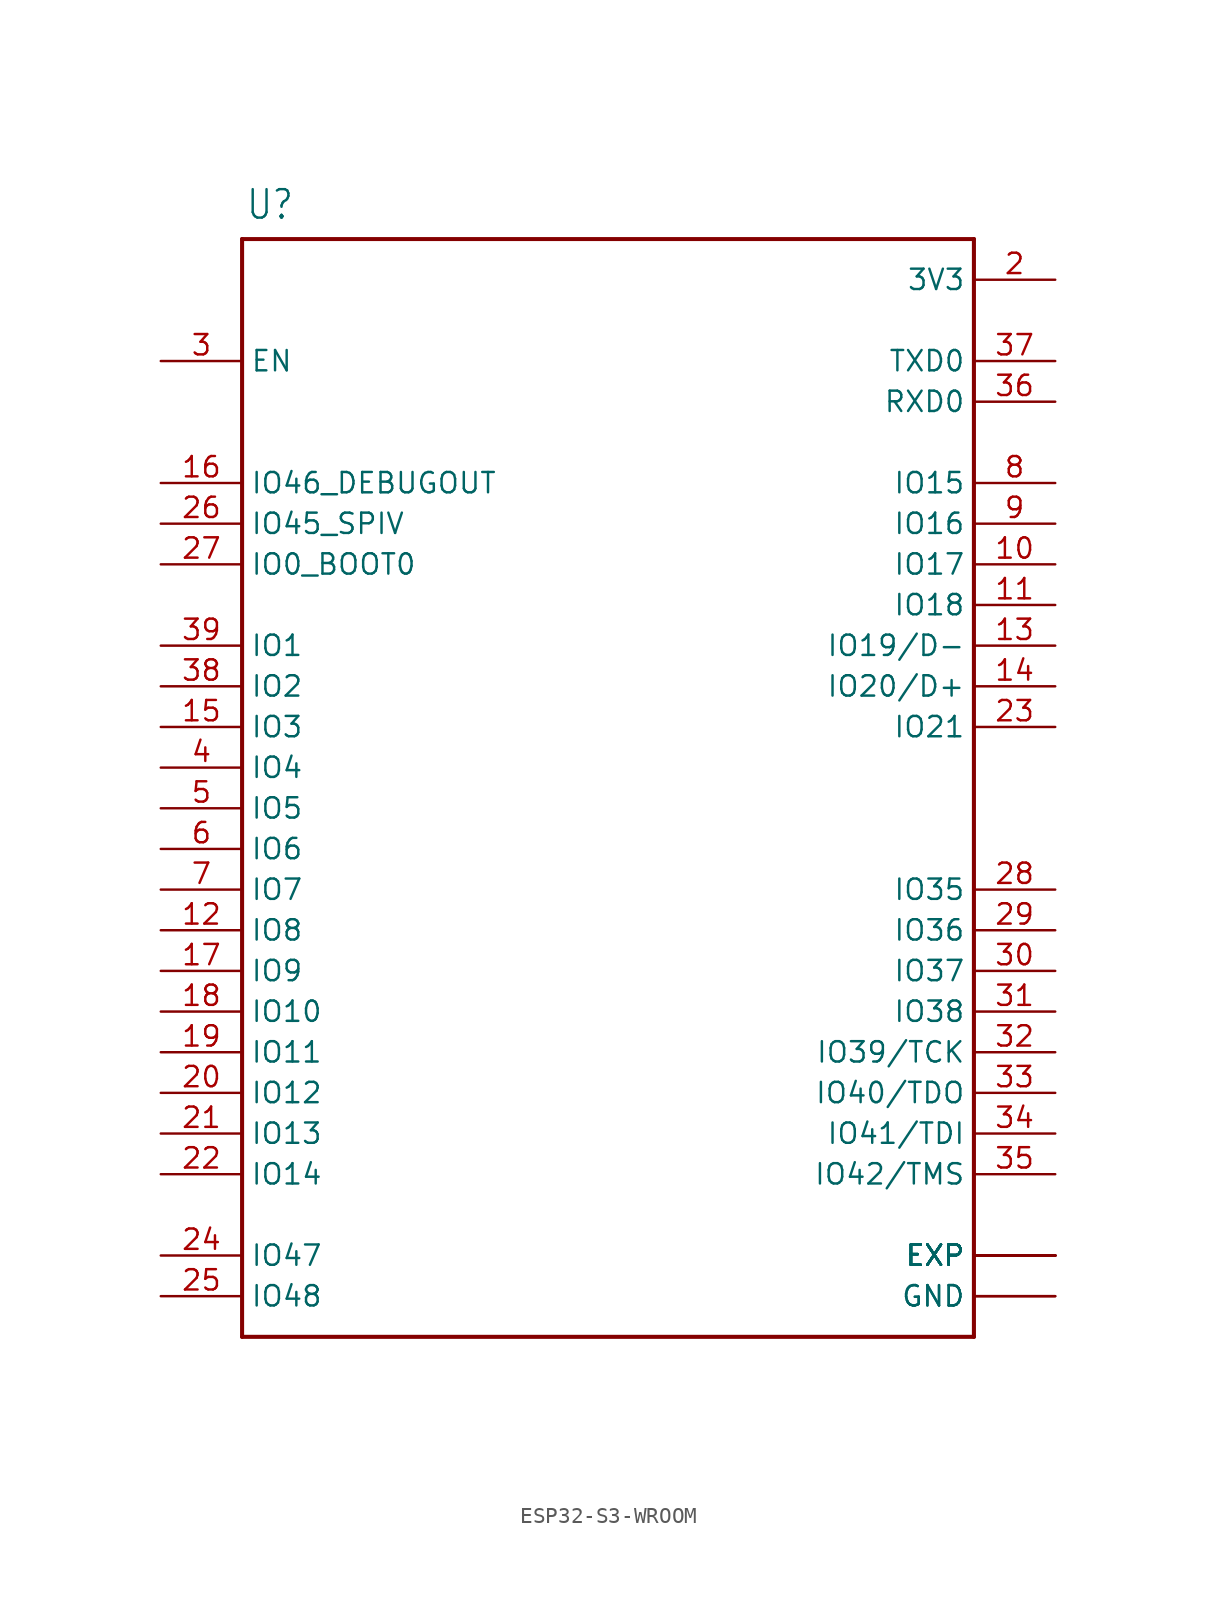
<source format=kicad_sym>
(kicad_symbol_lib
  (version 20231120)
  (generator "kicad_symbol_editor")
  (generator_version "8.0")
  (symbol "ESP32-S3-WROOM"
    (property "Reference" "U"
      (at -22.656 34.135 0)
      (effects (font (size 1.778 1.511)) (justify left bottom)))
    (property "Value" ""
      (at -22.907 -38.208 0)
      (effects (font (size 1.778 1.511)) (justify left bottom)))
    (property "ki_locked" ""
      (at 0 0 0)
      (effects (font (size 1.27 1.27))))
    (symbol "ESP32-S3-WROOM_1_0"
      (polyline (pts (xy -22.86 -35.56) (xy -22.86 33.02)) (stroke (width 0.254) (type solid)) (fill (type none)))
      (polyline (pts (xy -22.86 33.02) (xy 22.86 33.02)) (stroke (width 0.254) (type solid)) (fill (type none)))
      (polyline (pts (xy 22.86 -35.56) (xy -22.86 -35.56)) (stroke (width 0.254) (type solid)) (fill (type none)))
      (polyline (pts (xy 22.86 33.02) (xy 22.86 -35.56)) (stroke (width 0.254) (type solid)) (fill (type none)))
      (pin power_in line (at 27.94 -33.02 180) (length 5.08) (name "GND" (effects (font (size 1.27 1.27)))) (number "1" (effects (font (size 0 0)))))
      (pin bidirectional line (at 27.94 12.7 180) (length 5.08) (name "IO17" (effects (font (size 1.27 1.27)))) (number "10" (effects (font (size 1.27 1.27)))))
      (pin bidirectional line (at 27.94 10.16 180) (length 5.08) (name "IO18" (effects (font (size 1.27 1.27)))) (number "11" (effects (font (size 1.27 1.27)))))
      (pin bidirectional line (at -27.94 -10.16 0) (length 5.08) (name "IO8" (effects (font (size 1.27 1.27)))) (number "12" (effects (font (size 1.27 1.27)))))
      (pin bidirectional line (at 27.94 7.62 180) (length 5.08) (name "IO19/D-" (effects (font (size 1.27 1.27)))) (number "13" (effects (font (size 1.27 1.27)))))
      (pin bidirectional line (at 27.94 5.08 180) (length 5.08) (name "IO20/D+" (effects (font (size 1.27 1.27)))) (number "14" (effects (font (size 1.27 1.27)))))
      (pin bidirectional line (at -27.94 2.54 0) (length 5.08) (name "IO3" (effects (font (size 1.27 1.27)))) (number "15" (effects (font (size 1.27 1.27)))))
      (pin input line (at -27.94 17.78 0) (length 5.08) (name "IO46_DEBUGOUT" (effects (font (size 1.27 1.27)))) (number "16" (effects (font (size 1.27 1.27)))))
      (pin bidirectional line (at -27.94 -12.7 0) (length 5.08) (name "IO9" (effects (font (size 1.27 1.27)))) (number "17" (effects (font (size 1.27 1.27)))))
      (pin bidirectional line (at -27.94 -15.24 0) (length 5.08) (name "IO10" (effects (font (size 1.27 1.27)))) (number "18" (effects (font (size 1.27 1.27)))))
      (pin bidirectional line (at -27.94 -17.78 0) (length 5.08) (name "IO11" (effects (font (size 1.27 1.27)))) (number "19" (effects (font (size 1.27 1.27)))))
      (pin power_in line (at 27.94 30.48 180) (length 5.08) (name "3V3" (effects (font (size 1.27 1.27)))) (number "2" (effects (font (size 1.27 1.27)))))
      (pin bidirectional line (at -27.94 -20.32 0) (length 5.08) (name "IO12" (effects (font (size 1.27 1.27)))) (number "20" (effects (font (size 1.27 1.27)))))
      (pin bidirectional line (at -27.94 -22.86 0) (length 5.08) (name "IO13" (effects (font (size 1.27 1.27)))) (number "21" (effects (font (size 1.27 1.27)))))
      (pin bidirectional line (at -27.94 -25.4 0) (length 5.08) (name "IO14" (effects (font (size 1.27 1.27)))) (number "22" (effects (font (size 1.27 1.27)))))
      (pin bidirectional line (at 27.94 2.54 180) (length 5.08) (name "IO21" (effects (font (size 1.27 1.27)))) (number "23" (effects (font (size 1.27 1.27)))))
      (pin bidirectional line (at -27.94 -30.48 0) (length 5.08) (name "IO47" (effects (font (size 1.27 1.27)))) (number "24" (effects (font (size 1.27 1.27)))))
      (pin input line (at -27.94 -33.02 0) (length 5.08) (name "IO48" (effects (font (size 1.27 1.27)))) (number "25" (effects (font (size 1.27 1.27)))))
      (pin bidirectional line (at -27.94 15.24 0) (length 5.08) (name "IO45_SPIV" (effects (font (size 1.27 1.27)))) (number "26" (effects (font (size 1.27 1.27)))))
      (pin bidirectional line (at -27.94 12.7 0) (length 5.08) (name "IO0_BOOT0" (effects (font (size 1.27 1.27)))) (number "27" (effects (font (size 1.27 1.27)))))
      (pin input line (at 27.94 -7.62 180) (length 5.08) (name "IO35" (effects (font (size 1.27 1.27)))) (number "28" (effects (font (size 1.27 1.27)))))
      (pin bidirectional line (at 27.94 -10.16 180) (length 5.08) (name "IO36" (effects (font (size 1.27 1.27)))) (number "29" (effects (font (size 1.27 1.27)))))
      (pin input line (at -27.94 25.4 0) (length 5.08) (name "EN" (effects (font (size 1.27 1.27)))) (number "3" (effects (font (size 1.27 1.27)))))
      (pin bidirectional line (at 27.94 -12.7 180) (length 5.08) (name "IO37" (effects (font (size 1.27 1.27)))) (number "30" (effects (font (size 1.27 1.27)))))
      (pin bidirectional line (at 27.94 -15.24 180) (length 5.08) (name "IO38" (effects (font (size 1.27 1.27)))) (number "31" (effects (font (size 1.27 1.27)))))
      (pin bidirectional line (at 27.94 -17.78 180) (length 5.08) (name "IO39/TCK" (effects (font (size 1.27 1.27)))) (number "32" (effects (font (size 1.27 1.27)))))
      (pin bidirectional line (at 27.94 -20.32 180) (length 5.08) (name "IO40/TDO" (effects (font (size 1.27 1.27)))) (number "33" (effects (font (size 1.27 1.27)))))
      (pin bidirectional line (at 27.94 -22.86 180) (length 5.08) (name "IO41/TDI" (effects (font (size 1.27 1.27)))) (number "34" (effects (font (size 1.27 1.27)))))
      (pin bidirectional line (at 27.94 -25.4 180) (length 5.08) (name "IO42/TMS" (effects (font (size 1.27 1.27)))) (number "35" (effects (font (size 1.27 1.27)))))
      (pin bidirectional line (at 27.94 22.86 180) (length 5.08) (name "RXD0" (effects (font (size 1.27 1.27)))) (number "36" (effects (font (size 1.27 1.27)))))
      (pin bidirectional line (at 27.94 25.4 180) (length 5.08) (name "TXD0" (effects (font (size 1.27 1.27)))) (number "37" (effects (font (size 1.27 1.27)))))
      (pin bidirectional line (at -27.94 5.08 0) (length 5.08) (name "IO2" (effects (font (size 1.27 1.27)))) (number "38" (effects (font (size 1.27 1.27)))))
      (pin bidirectional line (at -27.94 7.62 0) (length 5.08) (name "IO1" (effects (font (size 1.27 1.27)))) (number "39" (effects (font (size 1.27 1.27)))))
      (pin bidirectional line (at -27.94 0 0) (length 5.08) (name "IO4" (effects (font (size 1.27 1.27)))) (number "4" (effects (font (size 1.27 1.27)))))
      (pin power_in line (at 27.94 -33.02 180) (length 5.08) (name "GND" (effects (font (size 1.27 1.27)))) (number "40" (effects (font (size 0 0)))))
      (pin bidirectional line (at -27.94 -2.54 0) (length 5.08) (name "IO5" (effects (font (size 1.27 1.27)))) (number "5" (effects (font (size 1.27 1.27)))))
      (pin bidirectional line (at -27.94 -5.08 0) (length 5.08) (name "IO6" (effects (font (size 1.27 1.27)))) (number "6" (effects (font (size 1.27 1.27)))))
      (pin bidirectional line (at -27.94 -7.62 0) (length 5.08) (name "IO7" (effects (font (size 1.27 1.27)))) (number "7" (effects (font (size 1.27 1.27)))))
      (pin bidirectional line (at 27.94 17.78 180) (length 5.08) (name "IO15" (effects (font (size 1.27 1.27)))) (number "8" (effects (font (size 1.27 1.27)))))
      (pin bidirectional line (at 27.94 15.24 180) (length 5.08) (name "IO16" (effects (font (size 1.27 1.27)))) (number "9" (effects (font (size 1.27 1.27)))))
      (pin power_in line (at 27.94 -30.48 180) (length 5.08) (name "EXP" (effects (font (size 1.27 1.27)))) (number "P$10" (effects (font (size 0 0)))))
      (pin power_in line (at 27.94 -30.48 180) (length 5.08) (name "EXP" (effects (font (size 1.27 1.27)))) (number "P$2" (effects (font (size 0 0)))))
      (pin power_in line (at 27.94 -30.48 180) (length 5.08) (name "EXP" (effects (font (size 1.27 1.27)))) (number "P$3" (effects (font (size 0 0)))))
      (pin power_in line (at 27.94 -30.48 180) (length 5.08) (name "EXP" (effects (font (size 1.27 1.27)))) (number "P$4" (effects (font (size 0 0)))))
      (pin power_in line (at 27.94 -30.48 180) (length 5.08) (name "EXP" (effects (font (size 1.27 1.27)))) (number "P$5" (effects (font (size 0 0)))))
      (pin power_in line (at 27.94 -30.48 180) (length 5.08) (name "EXP" (effects (font (size 1.27 1.27)))) (number "P$6" (effects (font (size 0 0)))))
      (pin power_in line (at 27.94 -30.48 180) (length 5.08) (name "EXP" (effects (font (size 1.27 1.27)))) (number "P$7" (effects (font (size 0 0)))))
      (pin power_in line (at 27.94 -30.48 180) (length 5.08) (name "EXP" (effects (font (size 1.27 1.27)))) (number "P$8" (effects (font (size 0 0)))))
      (pin power_in line (at 27.94 -30.48 180) (length 5.08) (name "EXP" (effects (font (size 1.27 1.27)))) (number "P$9" (effects (font (size 0 0))))))))
</source>
